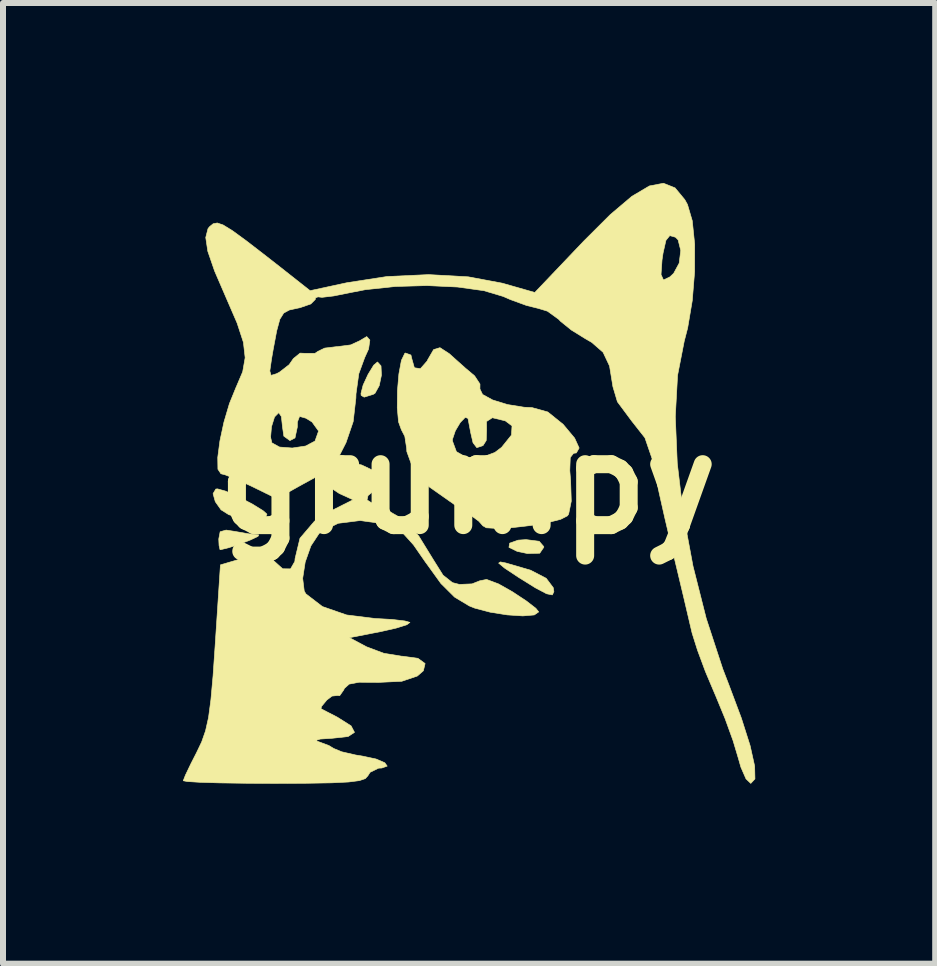
<source format=kicad_pcb>
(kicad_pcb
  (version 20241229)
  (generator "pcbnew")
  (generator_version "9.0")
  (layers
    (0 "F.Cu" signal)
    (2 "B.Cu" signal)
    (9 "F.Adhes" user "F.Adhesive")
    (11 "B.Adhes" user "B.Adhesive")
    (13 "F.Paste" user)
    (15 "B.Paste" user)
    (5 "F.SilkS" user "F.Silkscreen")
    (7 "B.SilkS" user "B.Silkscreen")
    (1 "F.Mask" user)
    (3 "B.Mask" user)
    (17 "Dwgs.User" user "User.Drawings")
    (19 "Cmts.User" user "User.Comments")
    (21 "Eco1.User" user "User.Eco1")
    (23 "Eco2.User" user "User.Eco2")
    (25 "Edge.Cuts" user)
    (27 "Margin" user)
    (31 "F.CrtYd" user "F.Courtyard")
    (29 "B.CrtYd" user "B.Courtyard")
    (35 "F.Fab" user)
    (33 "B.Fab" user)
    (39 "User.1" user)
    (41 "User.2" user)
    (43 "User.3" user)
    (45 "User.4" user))
  (footprint "grumpy"
    (layer "F.Cu")
    (at 4.746 5.015)
    (property "Reference" "grumpy" (at 0 0 0) (layer "F.SilkS") (effects (font (size 1.524 1.524) (thickness 0.3))))
    (attr through_hole)
    (fp_poly (pts (xy 1.193 0.959) (xy 1.269 1.047) (xy 1.27 1.058) (xy 1.202 1.158) (xy 0.996 1.163) (xy 0.826 1.127) (xy 0.689 1.06) (xy 0.701 0.99) (xy 0.842 0.94) (xy 0.974 0.931) (xy 1.193 0.959)) (stroke (width 0.01) (type solid)) (fill yes) (layer "F.SilkS"))
    (fp_poly (pts (xy -1.444 -1.965) (xy -1.437 -1.81) (xy -1.474 -1.635) (xy -1.544 -1.509) (xy -1.573 -1.491) (xy -1.725 -1.444) (xy -1.775 -1.473) (xy -1.778 -1.507) (xy -1.742 -1.646) (xy -1.659 -1.825) (xy -1.566 -1.977) (xy -1.503 -2.031) (xy -1.444 -1.965)) (stroke (width 0.01) (type solid)) (fill yes) (layer "F.SilkS"))
    (fp_poly (pts (xy 0.635 1.32) (xy 1.05 1.441) (xy 1.31 1.576) (xy 1.428 1.733) (xy 1.438 1.799) (xy 1.412 1.853) (xy 1.317 1.834) (xy 1.128 1.734) (xy 0.847 1.559) (xy 0.614 1.404) (xy 0.517 1.323) (xy 0.546 1.303) (xy 0.635 1.32)) (stroke (width 0.01) (type solid)) (fill yes) (layer "F.SilkS"))
    (fp_poly (pts (xy -3.884 0.794) (xy -3.652 0.834) (xy -3.482 0.852) (xy -3.495 0.877) (xy -3.617 0.935) (xy -3.795 1.004) (xy -3.979 1.065) (xy -4.114 1.098) (xy -4.128 1.099) (xy -4.144 1.029) (xy -4.149 0.921) (xy -4.126 0.8) (xy -4.026 0.772) (xy -3.884 0.794)) (stroke (width 0.01) (type solid)) (fill yes) (layer "F.SilkS"))
    (fp_poly (pts (xy -4.034 0.123) (xy -3.82 0.218) (xy -3.591 0.337) (xy -3.411 0.448) (xy -3.345 0.507) (xy -3.374 0.563) (xy -3.524 0.583) (xy -3.749 0.565) (xy -3.979 0.517) (xy -4.111 0.434) (xy -4.207 0.298) (xy -4.244 0.165) (xy -4.198 0.088) (xy -4.17 0.085) (xy -4.034 0.123)) (stroke (width 0.01) (type solid)) (fill yes) (layer "F.SilkS"))
    (fp_poly (pts (xy -0.305 -2.168) (xy -0.224 -2.095) (xy -0.036 -1.927) (xy 0.116 -1.799) (xy 0.206 -1.662) (xy 0.205 -1.58) (xy 0.249 -1.489) (xy 0.417 -1.397) (xy 0.663 -1.321) (xy 0.942 -1.276) (xy 1.073 -1.27) (xy 1.336 -1.197) (xy 1.592 -0.991) (xy 1.784 -0.761) (xy 1.859 -0.596) (xy 1.812 -0.514) (xy 1.766 -0.508) (xy 1.711 -0.437) (xy 1.703 -0.219) (xy 1.717 -0.049) (xy 1.728 0.29) (xy 1.684 0.505) (xy 1.665 0.534) (xy 1.55 0.593) (xy 1.329 0.649) (xy 1.049 0.696) (xy 0.755 0.73) (xy 0.494 0.745) (xy 0.312 0.734) (xy 0.254 0.701) (xy 0.187 0.625) (xy 0.012 0.496) (xy -0.207 0.356) (xy -0.64 0.052) (xy -0.908 -0.244) (xy -1.014 -0.538) (xy -1.016 -0.587) (xy -1.036 -0.716) (xy -0.254 -0.716) (xy -0.187 -0.535) (xy -0.015 -0.438) (xy 0.214 -0.432) (xy 0.454 -0.522) (xy 0.566 -0.607) (xy 0.731 -0.812) (xy 0.74 -0.965) (xy 0.628 -1.049) (xy 0.412 -1.101) (xy 0.315 -1.038) (xy 0.316 -0.899) (xy 0.31 -0.721) (xy 0.256 -0.636) (xy 0.153 -0.602) (xy 0.09 -0.684) (xy 0.051 -0.852) (xy 0.019 -1.021) (xy 0.006 -1.09) (xy -0.04 -1.107) (xy -0.123 -1.021) (xy -0.205 -0.883) (xy -0.252 -0.744) (xy -0.254 -0.716) (xy -1.036 -0.716) (xy -1.047 -0.79) (xy -1.105 -0.902) (xy -1.152 -1.032) (xy -1.173 -1.266) (xy -1.17 -1.55) (xy -1.146 -1.831) (xy -1.104 -2.057) (xy -1.047 -2.175) (xy -1.037 -2.18) (xy -0.945 -2.146) (xy -0.931 -2.086) (xy -0.888 -1.934) (xy -0.787 -1.919) (xy -0.676 -2.045) (xy -0.664 -2.07) (xy -0.567 -2.237) (xy -0.461 -2.269) (xy -0.305 -2.168)) (stroke (width 0.01) (type solid)) (fill yes) (layer "F.SilkS"))
    (fp_poly (pts (xy 3.458 -4.933) (xy 3.62 -4.737) (xy 3.665 -4.656) (xy 3.745 -4.384) (xy 3.785 -3.994) (xy 3.784 -3.535) (xy 3.745 -3.054) (xy 3.668 -2.597) (xy 3.611 -2.377) (xy 3.5 -1.808) (xy 3.462 -1.119) (xy 3.495 -0.339) (xy 3.595 0.502) (xy 3.757 1.373) (xy 3.978 2.246) (xy 4.254 3.089) (xy 4.352 3.343) (xy 4.563 3.906) (xy 4.709 4.365) (xy 4.785 4.707) (xy 4.79 4.921) (xy 4.721 4.995) (xy 4.72 4.995) (xy 4.641 4.92) (xy 4.556 4.726) (xy 4.511 4.569) (xy 4.425 4.282) (xy 4.292 3.915) (xy 4.138 3.541) (xy 4.116 3.49) (xy 3.964 3.13) (xy 3.832 2.774) (xy 3.743 2.492) (xy 3.734 2.455) (xy 3.68 2.224) (xy 3.598 1.875) (xy 3.498 1.456) (xy 3.392 1.016) (xy 3.289 0.578) (xy 3.196 0.166) (xy 3.124 -0.174) (xy 3.082 -0.397) (xy 3.082 -0.398) (xy 2.956 -0.766) (xy 2.738 -1.043) (xy 2.497 -1.367) (xy 2.422 -1.619) (xy 2.366 -1.963) (xy 2.258 -2.192) (xy 2.069 -2.357) (xy 1.963 -2.418) (xy 1.729 -2.563) (xy 1.545 -2.712) (xy 1.52 -2.74) (xy 1.331 -2.877) (xy 1.181 -2.923) (xy 0.98 -2.973) (xy 0.712 -3.071) (xy 0.593 -3.123) (xy 0.271 -3.219) (xy -0.168 -3.28) (xy -0.676 -3.304) (xy -1.204 -3.289) (xy -1.703 -3.236) (xy -1.966 -3.185) (xy -2.233 -3.131) (xy -2.427 -3.108) (xy -2.495 -3.116) (xy -2.538 -3.098) (xy -2.54 -3.072) (xy -2.614 -2.998) (xy -2.796 -2.935) (xy -2.83 -2.928) (xy -2.972 -2.897) (xy -3.066 -2.846) (xy -3.131 -2.742) (xy -3.183 -2.55) (xy -3.242 -2.237) (xy -3.268 -2.087) (xy -3.298 -1.88) (xy -3.277 -1.807) (xy -3.188 -1.834) (xy -3.139 -1.859) (xy -2.975 -1.986) (xy -2.905 -2.087) (xy -2.793 -2.178) (xy -2.698 -2.174) (xy -2.545 -2.174) (xy -2.493 -2.209) (xy -2.383 -2.262) (xy -2.183 -2.286) (xy -2.171 -2.286) (xy -1.949 -2.315) (xy -1.797 -2.385) (xy -1.796 -2.386) (xy -1.682 -2.454) (xy -1.63 -2.396) (xy -1.651 -2.247) (xy -1.716 -2.104) (xy -1.814 -1.836) (xy -1.861 -1.499) (xy -1.863 -1.429) (xy -1.908 -1.036) (xy -2.028 -0.685) (xy -2.028 -0.685) (xy -2.194 -0.36) (xy -1.987 -0.36) (xy -1.766 -0.313) (xy -1.554 -0.212) (xy -1.328 -0.063) (xy -1.531 0.09) (xy -1.661 0.198) (xy -1.677 0.27) (xy -1.561 0.343) (xy -1.384 0.416) (xy -1.079 0.59) (xy -0.816 0.869) (xy -0.568 1.272) (xy -0.41 1.524) (xy -0.253 1.648) (xy -0.137 1.678) (xy 0.073 1.669) (xy 0.201 1.618) (xy 0.316 1.595) (xy 0.514 1.669) (xy 0.746 1.8) (xy 0.978 1.953) (xy 1.137 2.076) (xy 1.185 2.136) (xy 1.111 2.187) (xy 0.92 2.203) (xy 0.659 2.186) (xy 0.376 2.141) (xy 0.118 2.073) (xy 0.026 2.036) (xy -0.218 1.889) (xy -0.445 1.663) (xy -0.693 1.319) (xy -0.694 1.319) (xy -0.902 1.019) (xy -1.07 0.833) (xy -1.237 0.724) (xy -1.394 0.669) (xy -1.791 0.613) (xy -2.158 0.659) (xy -2.44 0.798) (xy -2.478 0.831) (xy -2.613 1.036) (xy -2.708 1.305) (xy -2.75 1.577) (xy -2.724 1.788) (xy -2.697 1.835) (xy -2.421 2.047) (xy -2.018 2.187) (xy -1.543 2.246) (xy -1.258 2.262) (xy -1.047 2.287) (xy -0.962 2.311) (xy -1.013 2.35) (xy -1.191 2.406) (xy -1.442 2.463) (xy -1.97 2.566) (xy -1.683 2.719) (xy -1.398 2.826) (xy -1.098 2.875) (xy -1.084 2.875) (xy -0.829 2.91) (xy -0.709 2.997) (xy -0.738 3.118) (xy -0.838 3.205) (xy -1.098 3.293) (xy -1.499 3.312) (xy -1.519 3.311) (xy -1.81 3.309) (xy -1.975 3.34) (xy -2.055 3.412) (xy -2.065 3.436) (xy -2.133 3.533) (xy -2.171 3.53) (xy -2.262 3.54) (xy -2.348 3.606) (xy -2.437 3.714) (xy -2.444 3.751) (xy -2.355 3.797) (xy -2.18 3.887) (xy -2.166 3.895) (xy -1.943 4.036) (xy -1.886 4.144) (xy -1.993 4.214) (xy -2.258 4.243) (xy -2.457 4.256) (xy -2.531 4.278) (xy -2.498 4.295) (xy -2.311 4.365) (xy -2.235 4.412) (xy -2.1 4.468) (xy -1.866 4.522) (xy -1.748 4.541) (xy -1.525 4.589) (xy -1.381 4.651) (xy -1.341 4.707) (xy -1.431 4.739) (xy -1.484 4.741) (xy -1.626 4.81) (xy -1.663 4.868) (xy -1.705 4.915) (xy -1.805 4.949) (xy -1.985 4.972) (xy -2.267 4.986) (xy -2.675 4.993) (xy -3.226 4.995) (xy -3.712 4.993) (xy -4.133 4.987) (xy -4.462 4.977) (xy -4.674 4.964) (xy -4.741 4.951) (xy -4.705 4.858) (xy -4.612 4.664) (xy -4.52 4.484) (xy -4.434 4.304) (xy -4.369 4.118) (xy -4.319 3.895) (xy -4.28 3.6) (xy -4.244 3.201) (xy -4.21 2.706) (xy -4.121 1.352) (xy -3.733 1.238) (xy -3.492 1.176) (xy -3.357 1.172) (xy -3.27 1.234) (xy -3.234 1.282) (xy -3.084 1.417) (xy -2.952 1.419) (xy -2.88 1.293) (xy -2.877 1.249) (xy -2.795 0.908) (xy -2.553 0.624) (xy -2.289 0.458) (xy -1.91 0.267) (xy -2.14 0.162) (xy -2.305 0.053) (xy -2.371 -0.056) (xy -2.377 -0.135) (xy -2.418 -0.156) (xy -2.531 -0.112) (xy -2.749 0.007) (xy -2.807 0.039) (xy -3.181 0.248) (xy -3.601 0.042) (xy -3.851 -0.073) (xy -4.043 -0.149) (xy -4.113 -0.167) (xy -4.163 -0.242) (xy -4.166 -0.438) (xy -4.13 -0.713) (xy -4.117 -0.775) (xy -3.285 -0.775) (xy -3.263 -0.682) (xy -3.135 -0.612) (xy -2.923 -0.596) (xy -2.702 -0.629) (xy -2.548 -0.71) (xy -2.543 -0.716) (xy -2.485 -0.879) (xy -2.594 -1.03) (xy -2.696 -1.093) (xy -2.802 -1.123) (xy -2.838 -1.03) (xy -2.839 -0.946) (xy -2.878 -0.764) (xy -2.963 -0.72) (xy -3.064 -0.794) (xy -3.087 -0.953) (xy -3.105 -1.121) (xy -3.149 -1.185) (xy -3.219 -1.114) (xy -3.27 -0.951) (xy -3.285 -0.775) (xy -4.117 -0.775) (xy -4.063 -1.026) (xy -3.971 -1.337) (xy -3.862 -1.605) (xy -3.858 -1.613) (xy -3.75 -1.867) (xy -3.709 -2.101) (xy -3.738 -2.358) (xy -3.843 -2.679) (xy -4.021 -3.09) (xy -4.218 -3.546) (xy -4.332 -3.877) (xy -4.366 -4.106) (xy -4.328 -4.254) (xy -4.301 -4.287) (xy -4.242 -4.335) (xy -4.174 -4.348) (xy -4.075 -4.314) (xy -3.922 -4.22) (xy -3.693 -4.053) (xy -3.365 -3.8) (xy -3.136 -3.621) (xy -2.626 -3.219) (xy -2.011 -3.352) (xy -1.344 -3.455) (xy -0.649 -3.487) (xy 0.011 -3.45) (xy 0.578 -3.344) (xy 0.581 -3.343) (xy 1.12 -3.189) (xy 1.405 -3.488) (xy 3.224 -3.488) (xy 3.265 -3.397) (xy 3.372 -3.449) (xy 3.435 -3.508) (xy 3.527 -3.678) (xy 3.553 -3.89) (xy 3.509 -4.065) (xy 3.466 -4.11) (xy 3.37 -4.137) (xy 3.306 -4.058) (xy 3.258 -3.846) (xy 3.241 -3.732) (xy 3.224 -3.488) (xy 1.405 -3.488) (xy 1.936 -4.046) (xy 2.378 -4.487) (xy 2.738 -4.792) (xy 3.03 -4.965) (xy 3.265 -5.01) (xy 3.458 -4.933)) (stroke (width 0.01) (type solid)) (fill yes) (layer "F.SilkS")))
  (gr_rect
    (start -3 -3)
    (end 12.541 13.016)
    (stroke (width 0.1) (type default))
    (fill no)
    (layer "Edge.Cuts")))
</source>
